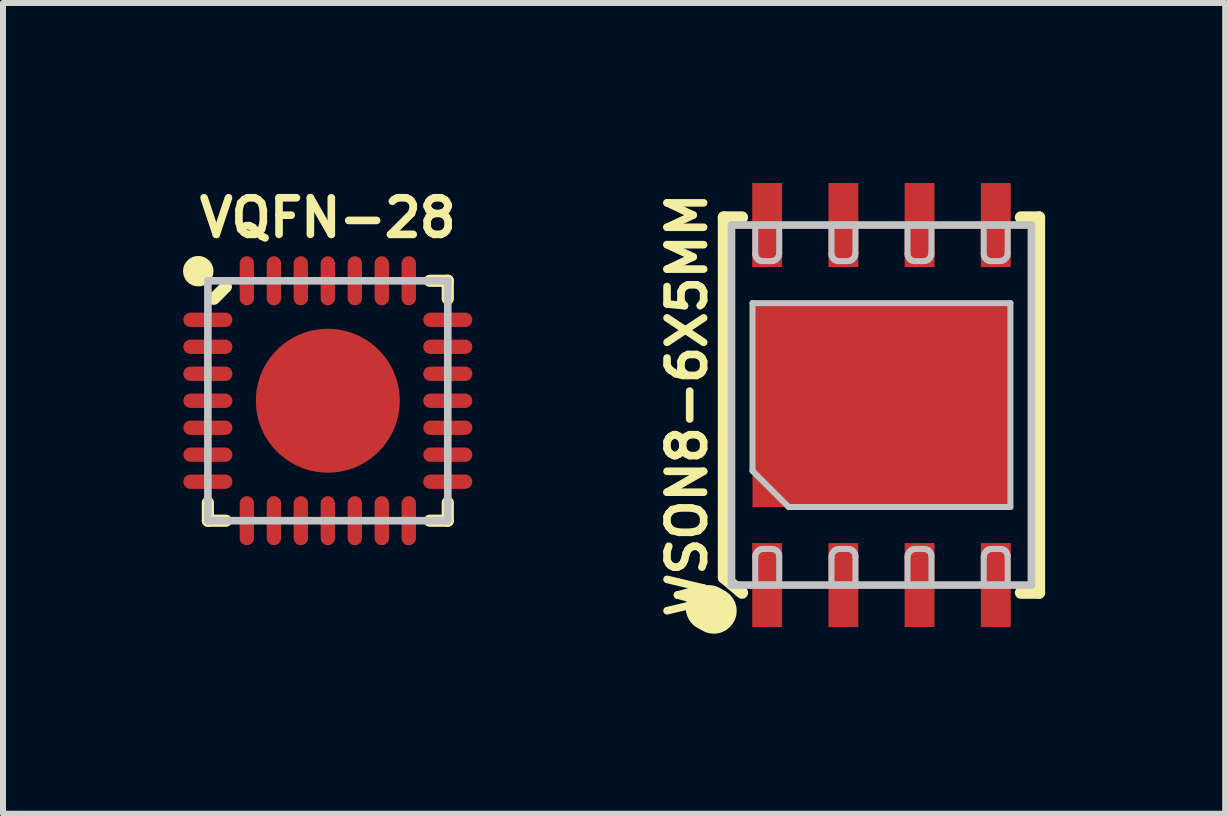
<source format=kicad_pcb>
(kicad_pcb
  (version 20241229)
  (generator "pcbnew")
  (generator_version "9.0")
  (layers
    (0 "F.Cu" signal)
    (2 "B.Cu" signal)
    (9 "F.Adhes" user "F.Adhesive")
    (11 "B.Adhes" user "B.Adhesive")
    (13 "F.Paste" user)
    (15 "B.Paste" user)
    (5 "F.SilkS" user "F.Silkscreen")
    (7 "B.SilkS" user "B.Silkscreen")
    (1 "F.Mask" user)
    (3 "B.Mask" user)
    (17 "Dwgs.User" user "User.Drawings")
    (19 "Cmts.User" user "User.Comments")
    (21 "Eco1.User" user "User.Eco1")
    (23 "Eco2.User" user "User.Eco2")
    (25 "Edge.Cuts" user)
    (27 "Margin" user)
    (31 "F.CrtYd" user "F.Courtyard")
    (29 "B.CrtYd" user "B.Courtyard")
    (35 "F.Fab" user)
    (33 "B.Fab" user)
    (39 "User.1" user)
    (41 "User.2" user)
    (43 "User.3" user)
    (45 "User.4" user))
  (footprint "VQFN-28"
    (layer "F.Cu")
    (at 2.413 3.628)
    (property "Reference" "VQFN-28" (at 0 -3.048 0) (layer "F.SilkS") (effects (font (size 0.61 0.61) (thickness 0.127))))
    (attr smd)
    (fp_line (start -1.999 1.999) (end -1.999 1.699) (stroke (width 0.203) (type solid)) (layer "F.SilkS"))
    (fp_line (start -1.999 1.999) (end -1.699 1.999) (stroke (width 0.203) (type solid)) (layer "F.SilkS"))
    (fp_line (start -1.9 -1.699) (end -1.699 -1.9) (stroke (width 0.203) (type solid)) (layer "F.SilkS"))
    (fp_line (start 1.999 -1.999) (end 1.699 -1.999) (stroke (width 0.203) (type solid)) (layer "F.SilkS"))
    (fp_line (start 1.999 -1.999) (end 1.999 -1.699) (stroke (width 0.203) (type solid)) (layer "F.SilkS"))
    (fp_line (start 1.999 1.999) (end 1.699 1.999) (stroke (width 0.203) (type solid)) (layer "F.SilkS"))
    (fp_line (start 1.999 1.999) (end 1.999 1.699) (stroke (width 0.203) (type solid)) (layer "F.SilkS"))
    (fp_circle (center -2.159 -2.159) (end -2.032 -2.159) (stroke (width 0.254) (type solid)) (fill no) (layer "F.SilkS"))
    (fp_line (start -0.762 -0.762) (end -0.381 -0.762) (stroke (width 0.254) (type solid)) (layer "F.Paste"))
    (fp_line (start -0.762 -0.635) (end -0.381 -0.635) (stroke (width 0.254) (type solid)) (layer "F.Paste"))
    (fp_line (start -0.762 -0.381) (end -0.762 -0.762) (stroke (width 0.254) (type solid)) (layer "F.Paste"))
    (fp_line (start -0.762 0.381) (end -0.381 0.381) (stroke (width 0.254) (type solid)) (layer "F.Paste"))
    (fp_line (start -0.762 0.508) (end -0.508 0.508) (stroke (width 0.254) (type solid)) (layer "F.Paste"))
    (fp_line (start -0.762 0.762) (end -0.762 0.381) (stroke (width 0.254) (type solid)) (layer "F.Paste"))
    (fp_line (start -0.381 -0.762) (end -0.381 -0.381) (stroke (width 0.254) (type solid)) (layer "F.Paste"))
    (fp_line (start -0.381 -0.381) (end -0.762 -0.381) (stroke (width 0.254) (type solid)) (layer "F.Paste"))
    (fp_line (start -0.381 0.381) (end -0.381 0.762) (stroke (width 0.254) (type solid)) (layer "F.Paste"))
    (fp_line (start -0.381 0.762) (end -0.762 0.762) (stroke (width 0.254) (type solid)) (layer "F.Paste"))
    (fp_line (start 0.381 -0.762) (end 0.762 -0.762) (stroke (width 0.254) (type solid)) (layer "F.Paste"))
    (fp_line (start 0.381 -0.635) (end 0.762 -0.635) (stroke (width 0.254) (type solid)) (layer "F.Paste"))
    (fp_line (start 0.381 -0.381) (end 0.381 -0.762) (stroke (width 0.254) (type solid)) (layer "F.Paste"))
    (fp_line (start 0.381 0.381) (end 0.762 0.381) (stroke (width 0.254) (type solid)) (layer "F.Paste"))
    (fp_line (start 0.381 0.508) (end 0.762 0.508) (stroke (width 0.254) (type solid)) (layer "F.Paste"))
    (fp_line (start 0.381 0.762) (end 0.381 0.381) (stroke (width 0.254) (type solid)) (layer "F.Paste"))
    (fp_line (start 0.762 -0.762) (end 0.762 -0.381) (stroke (width 0.254) (type solid)) (layer "F.Paste"))
    (fp_line (start 0.762 -0.381) (end 0.381 -0.381) (stroke (width 0.254) (type solid)) (layer "F.Paste"))
    (fp_line (start 0.762 0.381) (end 0.762 0.762) (stroke (width 0.254) (type solid)) (layer "F.Paste"))
    (fp_line (start 0.762 0.762) (end 0.381 0.762) (stroke (width 0.254) (type solid)) (layer "F.Paste"))
    (fp_line (start -1.999 -1.999) (end 1.999 -1.999) (stroke (width 0.127) (type solid)) (layer "Dwgs.User"))
    (fp_line (start -1.999 1.999) (end -1.999 -1.999) (stroke (width 0.127) (type solid)) (layer "Dwgs.User"))
    (fp_line (start 1.999 -1.999) (end 1.999 1.999) (stroke (width 0.127) (type solid)) (layer "Dwgs.User"))
    (fp_line (start 1.999 1.999) (end -1.999 1.999) (stroke (width 0.127) (type solid)) (layer "Dwgs.User"))
    (pad "1" smd oval (at -1.999 -1.349) (size 0.818 0.239) (layers "F.Cu" "F.Mask" "F.Paste"))
    (pad "2" smd oval (at -1.999 -0.899) (size 0.818 0.239) (layers "F.Cu" "F.Mask" "F.Paste"))
    (pad "3" smd oval (at -1.999 -0.45) (size 0.818 0.239) (layers "F.Cu" "F.Mask" "F.Paste"))
    (pad "4" smd oval (at -1.999 0) (size 0.818 0.239) (layers "F.Cu" "F.Mask" "F.Paste"))
    (pad "5" smd oval (at -1.999 0.45) (size 0.818 0.239) (layers "F.Cu" "F.Mask" "F.Paste"))
    (pad "6" smd oval (at -1.999 0.899) (size 0.818 0.239) (layers "F.Cu" "F.Mask" "F.Paste"))
    (pad "7" smd oval (at -1.999 1.349) (size 0.818 0.239) (layers "F.Cu" "F.Mask" "F.Paste"))
    (pad "8" smd oval (at -1.349 1.999 90) (size 0.818 0.239) (layers "F.Cu" "F.Mask" "F.Paste"))
    (pad "9" smd oval (at -0.899 1.999 90) (size 0.818 0.239) (layers "F.Cu" "F.Mask" "F.Paste"))
    (pad "10" smd oval (at -0.45 1.999 90) (size 0.818 0.239) (layers "F.Cu" "F.Mask" "F.Paste"))
    (pad "11" smd oval (at 0 1.999 90) (size 0.818 0.239) (layers "F.Cu" "F.Mask" "F.Paste"))
    (pad "12" smd oval (at 0.45 1.999 90) (size 0.818 0.239) (layers "F.Cu" "F.Mask" "F.Paste"))
    (pad "13" smd oval (at 0.899 1.999 90) (size 0.818 0.239) (layers "F.Cu" "F.Mask" "F.Paste"))
    (pad "14" smd oval (at 1.349 1.999 90) (size 0.818 0.239) (layers "F.Cu" "F.Mask" "F.Paste"))
    (pad "15" smd oval (at 1.999 1.349 180) (size 0.818 0.239) (layers "F.Cu" "F.Mask" "F.Paste"))
    (pad "16" smd oval (at 1.999 0.899 180) (size 0.818 0.239) (layers "F.Cu" "F.Mask" "F.Paste"))
    (pad "17" smd oval (at 1.999 0.45 180) (size 0.818 0.239) (layers "F.Cu" "F.Mask" "F.Paste"))
    (pad "18" smd oval (at 1.999 0 180) (size 0.818 0.239) (layers "F.Cu" "F.Mask" "F.Paste"))
    (pad "19" smd oval (at 1.999 -0.45 180) (size 0.818 0.239) (layers "F.Cu" "F.Mask" "F.Paste"))
    (pad "20" smd oval (at 1.999 -0.899 180) (size 0.818 0.239) (layers "F.Cu" "F.Mask" "F.Paste"))
    (pad "21" smd oval (at 1.999 -1.349 180) (size 0.818 0.239) (layers "F.Cu" "F.Mask" "F.Paste"))
    (pad "22" smd oval (at 1.349 -1.999 270) (size 0.818 0.239) (layers "F.Cu" "F.Mask" "F.Paste"))
    (pad "23" smd oval (at 0.899 -1.999 270) (size 0.818 0.239) (layers "F.Cu" "F.Mask" "F.Paste"))
    (pad "24" smd oval (at 0.45 -1.999 270) (size 0.818 0.239) (layers "F.Cu" "F.Mask" "F.Paste"))
    (pad "25" smd oval (at 0 -1.999 270) (size 0.818 0.239) (layers "F.Cu" "F.Mask" "F.Paste"))
    (pad "26" smd oval (at -0.45 -1.999 270) (size 0.818 0.239) (layers "F.Cu" "F.Mask" "F.Paste"))
    (pad "27" smd oval (at -0.899 -1.999 270) (size 0.818 0.239) (layers "F.Cu" "F.Mask" "F.Paste"))
    (pad "28" smd oval (at -1.349 -1.999 270) (size 0.818 0.239) (layers "F.Cu" "F.Mask" "F.Paste"))
    (pad "PAD" smd oval (at 0 0) (size 2.398 2.398) (layers "F.Cu" "F.Mask" "F.Paste")))
  (footprint "WSON8-6X5MM"
    (layer "F.Cu")
    (at 11.639 3.7)
    (property "Reference" "WSON8-6X5MM" (at -3.239 0 90) (layer "F.SilkS") (effects (font (size 0.61 0.61) (thickness 0.127))))
    (attr smd)
    (fp_line (start -2.626 -3.127) (end -2.626 2.873) (stroke (width 0.203) (type solid)) (layer "F.SilkS"))
    (fp_line (start -2.626 2.873) (end -2.324 3.127) (stroke (width 0.203) (type solid)) (layer "F.SilkS"))
    (fp_line (start -2.324 -3.127) (end -2.626 -3.127) (stroke (width 0.203) (type solid)) (layer "F.SilkS"))
    (fp_line (start 2.324 3.127) (end 2.626 3.127) (stroke (width 0.203) (type solid)) (layer "F.SilkS"))
    (fp_line (start 2.626 -3.127) (end 2.324 -3.127) (stroke (width 0.203) (type solid)) (layer "F.SilkS"))
    (fp_line (start 2.626 3.127) (end 2.626 -3.127) (stroke (width 0.203) (type solid)) (layer "F.SilkS"))
    (fp_circle (center -2.88 3.381) (end -2.88 3) (stroke (width 0) (type solid)) (fill yes) (layer "F.SilkS"))
    (fp_circle (center -2.794 3.429) (end -2.667 3.429) (stroke (width 0.254) (type solid)) (fill no) (layer "F.SilkS"))
    (fp_circle (center -2.794 3.429) (end -2.54 3.429) (stroke (width 0.254) (type solid)) (fill no) (layer "F.SilkS"))
    (fp_line (start -2.499 -3) (end -2.499 3) (stroke (width 0.127) (type solid)) (layer "Dwgs.User"))
    (fp_line (start -2.499 3) (end 2.499 3) (stroke (width 0.127) (type solid)) (layer "Dwgs.User"))
    (fp_line (start -2.149 -1.699) (end 2.149 -1.699) (stroke (width 0.1) (type solid)) (layer "Dwgs.User"))
    (fp_line (start -2.149 1.097) (end -2.149 -1.699) (stroke (width 0.1) (type solid)) (layer "Dwgs.User"))
    (fp_line (start -2.103 -3) (end -1.704 -3) (stroke (width 0.1) (type solid)) (layer "Dwgs.User"))
    (fp_line (start -2.103 -2.517) (end -2.103 -3) (stroke (width 0.1) (type solid)) (layer "Dwgs.User"))
    (fp_line (start -2.103 2.53) (end -2.098 2.489) (stroke (width 0.1) (type solid)) (layer "Dwgs.User"))
    (fp_line (start -2.103 3) (end -2.103 2.53) (stroke (width 0.1) (type solid)) (layer "Dwgs.User"))
    (fp_line (start -2.098 -2.482) (end -2.103 -2.517) (stroke (width 0.1) (type solid)) (layer "Dwgs.User"))
    (fp_line (start -2.098 2.489) (end -2.078 2.454) (stroke (width 0.1) (type solid)) (layer "Dwgs.User"))
    (fp_line (start -2.08 -2.449) (end -2.098 -2.482) (stroke (width 0.1) (type solid)) (layer "Dwgs.User"))
    (fp_line (start -2.078 2.454) (end -2.05 2.423) (stroke (width 0.1) (type solid)) (layer "Dwgs.User"))
    (fp_line (start -2.055 -2.421) (end -2.08 -2.449) (stroke (width 0.1) (type solid)) (layer "Dwgs.User"))
    (fp_line (start -2.05 2.423) (end -2.014 2.405) (stroke (width 0.1) (type solid)) (layer "Dwgs.User"))
    (fp_line (start -2.022 -2.405) (end -2.055 -2.421) (stroke (width 0.1) (type solid)) (layer "Dwgs.User"))
    (fp_line (start -2.014 2.405) (end -1.974 2.398) (stroke (width 0.1) (type solid)) (layer "Dwgs.User"))
    (fp_line (start -1.984 -2.398) (end -2.022 -2.405) (stroke (width 0.1) (type solid)) (layer "Dwgs.User"))
    (fp_line (start -1.974 2.398) (end -1.824 2.398) (stroke (width 0.1) (type solid)) (layer "Dwgs.User"))
    (fp_line (start -1.834 -2.398) (end -1.984 -2.398) (stroke (width 0.1) (type solid)) (layer "Dwgs.User"))
    (fp_line (start -1.824 2.398) (end -1.786 2.405) (stroke (width 0.1) (type solid)) (layer "Dwgs.User"))
    (fp_line (start -1.793 -2.405) (end -1.834 -2.398) (stroke (width 0.1) (type solid)) (layer "Dwgs.User"))
    (fp_line (start -1.786 2.405) (end -1.753 2.421) (stroke (width 0.1) (type solid)) (layer "Dwgs.User"))
    (fp_line (start -1.758 -2.423) (end -1.793 -2.405) (stroke (width 0.1) (type solid)) (layer "Dwgs.User"))
    (fp_line (start -1.753 2.421) (end -1.727 2.449) (stroke (width 0.1) (type solid)) (layer "Dwgs.User"))
    (fp_line (start -1.73 -2.454) (end -1.758 -2.423) (stroke (width 0.1) (type solid)) (layer "Dwgs.User"))
    (fp_line (start -1.727 2.449) (end -1.709 2.482) (stroke (width 0.1) (type solid)) (layer "Dwgs.User"))
    (fp_line (start -1.709 -2.489) (end -1.73 -2.454) (stroke (width 0.1) (type solid)) (layer "Dwgs.User"))
    (fp_line (start -1.709 2.482) (end -1.704 2.517) (stroke (width 0.1) (type solid)) (layer "Dwgs.User"))
    (fp_line (start -1.704 -3) (end -1.704 -2.53) (stroke (width 0.1) (type solid)) (layer "Dwgs.User"))
    (fp_line (start -1.704 -2.53) (end -1.709 -2.489) (stroke (width 0.1) (type solid)) (layer "Dwgs.User"))
    (fp_line (start -1.704 2.517) (end -1.704 3) (stroke (width 0.1) (type solid)) (layer "Dwgs.User"))
    (fp_line (start -1.704 3) (end -2.103 3) (stroke (width 0.1) (type solid)) (layer "Dwgs.User"))
    (fp_line (start -1.547 1.699) (end -2.149 1.097) (stroke (width 0.1) (type solid)) (layer "Dwgs.User"))
    (fp_line (start -0.833 -3) (end -0.434 -3) (stroke (width 0.1) (type solid)) (layer "Dwgs.User"))
    (fp_line (start -0.833 -2.517) (end -0.833 -3) (stroke (width 0.1) (type solid)) (layer "Dwgs.User"))
    (fp_line (start -0.833 2.53) (end -0.828 2.489) (stroke (width 0.1) (type solid)) (layer "Dwgs.User"))
    (fp_line (start -0.833 3) (end -0.833 2.53) (stroke (width 0.1) (type solid)) (layer "Dwgs.User"))
    (fp_line (start -0.828 -2.482) (end -0.833 -2.517) (stroke (width 0.1) (type solid)) (layer "Dwgs.User"))
    (fp_line (start -0.828 2.489) (end -0.808 2.454) (stroke (width 0.1) (type solid)) (layer "Dwgs.User"))
    (fp_line (start -0.81 -2.449) (end -0.828 -2.482) (stroke (width 0.1) (type solid)) (layer "Dwgs.User"))
    (fp_line (start -0.808 2.454) (end -0.78 2.423) (stroke (width 0.1) (type solid)) (layer "Dwgs.User"))
    (fp_line (start -0.785 -2.421) (end -0.81 -2.449) (stroke (width 0.1) (type solid)) (layer "Dwgs.User"))
    (fp_line (start -0.78 2.423) (end -0.744 2.405) (stroke (width 0.1) (type solid)) (layer "Dwgs.User"))
    (fp_line (start -0.752 -2.405) (end -0.785 -2.421) (stroke (width 0.1) (type solid)) (layer "Dwgs.User"))
    (fp_line (start -0.744 2.405) (end -0.704 2.398) (stroke (width 0.1) (type solid)) (layer "Dwgs.User"))
    (fp_line (start -0.714 -2.398) (end -0.752 -2.405) (stroke (width 0.1) (type solid)) (layer "Dwgs.User"))
    (fp_line (start -0.704 2.398) (end -0.554 2.398) (stroke (width 0.1) (type solid)) (layer "Dwgs.User"))
    (fp_line (start -0.564 -2.398) (end -0.714 -2.398) (stroke (width 0.1) (type solid)) (layer "Dwgs.User"))
    (fp_line (start -0.554 2.398) (end -0.516 2.405) (stroke (width 0.1) (type solid)) (layer "Dwgs.User"))
    (fp_line (start -0.523 -2.405) (end -0.564 -2.398) (stroke (width 0.1) (type solid)) (layer "Dwgs.User"))
    (fp_line (start -0.516 2.405) (end -0.483 2.421) (stroke (width 0.1) (type solid)) (layer "Dwgs.User"))
    (fp_line (start -0.488 -2.423) (end -0.523 -2.405) (stroke (width 0.1) (type solid)) (layer "Dwgs.User"))
    (fp_line (start -0.483 2.421) (end -0.457 2.449) (stroke (width 0.1) (type solid)) (layer "Dwgs.User"))
    (fp_line (start -0.46 -2.454) (end -0.488 -2.423) (stroke (width 0.1) (type solid)) (layer "Dwgs.User"))
    (fp_line (start -0.457 2.449) (end -0.439 2.482) (stroke (width 0.1) (type solid)) (layer "Dwgs.User"))
    (fp_line (start -0.439 -2.489) (end -0.46 -2.454) (stroke (width 0.1) (type solid)) (layer "Dwgs.User"))
    (fp_line (start -0.439 2.482) (end -0.434 2.517) (stroke (width 0.1) (type solid)) (layer "Dwgs.User"))
    (fp_line (start -0.434 -3) (end -0.434 -2.53) (stroke (width 0.1) (type solid)) (layer "Dwgs.User"))
    (fp_line (start -0.434 -2.53) (end -0.439 -2.489) (stroke (width 0.1) (type solid)) (layer "Dwgs.User"))
    (fp_line (start -0.434 2.517) (end -0.434 3) (stroke (width 0.1) (type solid)) (layer "Dwgs.User"))
    (fp_line (start -0.434 3) (end -0.833 3) (stroke (width 0.1) (type solid)) (layer "Dwgs.User"))
    (fp_line (start 0.434 -3) (end 0.833 -3) (stroke (width 0.1) (type solid)) (layer "Dwgs.User"))
    (fp_line (start 0.434 -2.517) (end 0.434 -3) (stroke (width 0.1) (type solid)) (layer "Dwgs.User"))
    (fp_line (start 0.434 2.53) (end 0.439 2.489) (stroke (width 0.1) (type solid)) (layer "Dwgs.User"))
    (fp_line (start 0.434 3) (end 0.434 2.53) (stroke (width 0.1) (type solid)) (layer "Dwgs.User"))
    (fp_line (start 0.439 -2.482) (end 0.434 -2.517) (stroke (width 0.1) (type solid)) (layer "Dwgs.User"))
    (fp_line (start 0.439 2.489) (end 0.46 2.454) (stroke (width 0.1) (type solid)) (layer "Dwgs.User"))
    (fp_line (start 0.457 -2.449) (end 0.439 -2.482) (stroke (width 0.1) (type solid)) (layer "Dwgs.User"))
    (fp_line (start 0.46 2.454) (end 0.488 2.423) (stroke (width 0.1) (type solid)) (layer "Dwgs.User"))
    (fp_line (start 0.483 -2.421) (end 0.457 -2.449) (stroke (width 0.1) (type solid)) (layer "Dwgs.User"))
    (fp_line (start 0.488 2.423) (end 0.523 2.405) (stroke (width 0.1) (type solid)) (layer "Dwgs.User"))
    (fp_line (start 0.516 -2.405) (end 0.483 -2.421) (stroke (width 0.1) (type solid)) (layer "Dwgs.User"))
    (fp_line (start 0.523 2.405) (end 0.564 2.398) (stroke (width 0.1) (type solid)) (layer "Dwgs.User"))
    (fp_line (start 0.554 -2.398) (end 0.516 -2.405) (stroke (width 0.1) (type solid)) (layer "Dwgs.User"))
    (fp_line (start 0.564 2.398) (end 0.714 2.398) (stroke (width 0.1) (type solid)) (layer "Dwgs.User"))
    (fp_line (start 0.704 -2.398) (end 0.554 -2.398) (stroke (width 0.1) (type solid)) (layer "Dwgs.User"))
    (fp_line (start 0.714 2.398) (end 0.752 2.405) (stroke (width 0.1) (type solid)) (layer "Dwgs.User"))
    (fp_line (start 0.744 -2.405) (end 0.704 -2.398) (stroke (width 0.1) (type solid)) (layer "Dwgs.User"))
    (fp_line (start 0.752 2.405) (end 0.785 2.421) (stroke (width 0.1) (type solid)) (layer "Dwgs.User"))
    (fp_line (start 0.78 -2.423) (end 0.744 -2.405) (stroke (width 0.1) (type solid)) (layer "Dwgs.User"))
    (fp_line (start 0.785 2.421) (end 0.81 2.449) (stroke (width 0.1) (type solid)) (layer "Dwgs.User"))
    (fp_line (start 0.808 -2.454) (end 0.78 -2.423) (stroke (width 0.1) (type solid)) (layer "Dwgs.User"))
    (fp_line (start 0.81 2.449) (end 0.828 2.482) (stroke (width 0.1) (type solid)) (layer "Dwgs.User"))
    (fp_line (start 0.828 -2.489) (end 0.808 -2.454) (stroke (width 0.1) (type solid)) (layer "Dwgs.User"))
    (fp_line (start 0.828 2.482) (end 0.833 2.517) (stroke (width 0.1) (type solid)) (layer "Dwgs.User"))
    (fp_line (start 0.833 -3) (end 0.833 -2.53) (stroke (width 0.1) (type solid)) (layer "Dwgs.User"))
    (fp_line (start 0.833 -2.53) (end 0.828 -2.489) (stroke (width 0.1) (type solid)) (layer "Dwgs.User"))
    (fp_line (start 0.833 2.517) (end 0.833 3) (stroke (width 0.1) (type solid)) (layer "Dwgs.User"))
    (fp_line (start 0.833 3) (end 0.434 3) (stroke (width 0.1) (type solid)) (layer "Dwgs.User"))
    (fp_line (start 1.704 -3) (end 2.103 -3) (stroke (width 0.1) (type solid)) (layer "Dwgs.User"))
    (fp_line (start 1.704 -2.517) (end 1.704 -3) (stroke (width 0.1) (type solid)) (layer "Dwgs.User"))
    (fp_line (start 1.704 2.53) (end 1.709 2.489) (stroke (width 0.1) (type solid)) (layer "Dwgs.User"))
    (fp_line (start 1.704 3) (end 1.704 2.53) (stroke (width 0.1) (type solid)) (layer "Dwgs.User"))
    (fp_line (start 1.709 -2.482) (end 1.704 -2.517) (stroke (width 0.1) (type solid)) (layer "Dwgs.User"))
    (fp_line (start 1.709 2.489) (end 1.73 2.454) (stroke (width 0.1) (type solid)) (layer "Dwgs.User"))
    (fp_line (start 1.727 -2.449) (end 1.709 -2.482) (stroke (width 0.1) (type solid)) (layer "Dwgs.User"))
    (fp_line (start 1.73 2.454) (end 1.758 2.423) (stroke (width 0.1) (type solid)) (layer "Dwgs.User"))
    (fp_line (start 1.753 -2.421) (end 1.727 -2.449) (stroke (width 0.1) (type solid)) (layer "Dwgs.User"))
    (fp_line (start 1.758 2.423) (end 1.793 2.405) (stroke (width 0.1) (type solid)) (layer "Dwgs.User"))
    (fp_line (start 1.786 -2.405) (end 1.753 -2.421) (stroke (width 0.1) (type solid)) (layer "Dwgs.User"))
    (fp_line (start 1.793 2.405) (end 1.834 2.398) (stroke (width 0.1) (type solid)) (layer "Dwgs.User"))
    (fp_line (start 1.824 -2.398) (end 1.786 -2.405) (stroke (width 0.1) (type solid)) (layer "Dwgs.User"))
    (fp_line (start 1.834 2.398) (end 1.984 2.398) (stroke (width 0.1) (type solid)) (layer "Dwgs.User"))
    (fp_line (start 1.974 -2.398) (end 1.824 -2.398) (stroke (width 0.1) (type solid)) (layer "Dwgs.User"))
    (fp_line (start 1.984 2.398) (end 2.022 2.405) (stroke (width 0.1) (type solid)) (layer "Dwgs.User"))
    (fp_line (start 2.014 -2.405) (end 1.974 -2.398) (stroke (width 0.1) (type solid)) (layer "Dwgs.User"))
    (fp_line (start 2.022 2.405) (end 2.055 2.421) (stroke (width 0.1) (type solid)) (layer "Dwgs.User"))
    (fp_line (start 2.05 -2.423) (end 2.014 -2.405) (stroke (width 0.1) (type solid)) (layer "Dwgs.User"))
    (fp_line (start 2.055 2.421) (end 2.08 2.449) (stroke (width 0.1) (type solid)) (layer "Dwgs.User"))
    (fp_line (start 2.078 -2.454) (end 2.05 -2.423) (stroke (width 0.1) (type solid)) (layer "Dwgs.User"))
    (fp_line (start 2.08 2.449) (end 2.098 2.482) (stroke (width 0.1) (type solid)) (layer "Dwgs.User"))
    (fp_line (start 2.098 -2.489) (end 2.078 -2.454) (stroke (width 0.1) (type solid)) (layer "Dwgs.User"))
    (fp_line (start 2.098 2.482) (end 2.103 2.517) (stroke (width 0.1) (type solid)) (layer "Dwgs.User"))
    (fp_line (start 2.103 -3) (end 2.103 -2.53) (stroke (width 0.1) (type solid)) (layer "Dwgs.User"))
    (fp_line (start 2.103 -2.53) (end 2.098 -2.489) (stroke (width 0.1) (type solid)) (layer "Dwgs.User"))
    (fp_line (start 2.103 2.517) (end 2.103 3) (stroke (width 0.1) (type solid)) (layer "Dwgs.User"))
    (fp_line (start 2.103 3) (end 1.704 3) (stroke (width 0.1) (type solid)) (layer "Dwgs.User"))
    (fp_line (start 2.149 -1.699) (end 2.149 1.699) (stroke (width 0.1) (type solid)) (layer "Dwgs.User"))
    (fp_line (start 2.149 1.699) (end -1.547 1.699) (stroke (width 0.1) (type solid)) (layer "Dwgs.User"))
    (fp_line (start 2.499 -3) (end -2.499 -3) (stroke (width 0.127) (type solid)) (layer "Dwgs.User"))
    (fp_line (start 2.499 3) (end 2.499 -3) (stroke (width 0.127) (type solid)) (layer "Dwgs.User"))
    (pad "1" smd rect (at -1.905 3 90) (size 1.4 0.498) (layers "F.Cu" "F.Mask" "F.Paste"))
    (pad "2" smd rect (at -0.635 3 90) (size 1.4 0.498) (layers "F.Cu" "F.Mask" "F.Paste"))
    (pad "3" smd rect (at 0.635 3 90) (size 1.4 0.498) (layers "F.Cu" "F.Mask" "F.Paste"))
    (pad "4" smd rect (at 1.905 3 90) (size 1.4 0.498) (layers "F.Cu" "F.Mask" "F.Paste"))
    (pad "5" smd rect (at 1.905 -3 270) (size 1.4 0.498) (layers "F.Cu" "F.Mask" "F.Paste"))
    (pad "6" smd rect (at 0.635 -3 270) (size 1.4 0.498) (layers "F.Cu" "F.Mask" "F.Paste"))
    (pad "7" smd rect (at -0.635 -3 270) (size 1.4 0.498) (layers "F.Cu" "F.Mask" "F.Paste"))
    (pad "8" smd rect (at -1.905 -3 270) (size 1.4 0.498) (layers "F.Cu" "F.Mask" "F.Paste"))
    (pad "EP" smd rect (at 0 0 90) (size 3.399 4.298) (layers "F.Cu" "F.Mask" "F.Paste")))
  (gr_rect
    (start -3 -3)
    (end 17.367 10.51)
    (stroke (width 0.1) (type default))
    (fill no)
    (layer "Edge.Cuts")))
</source>
